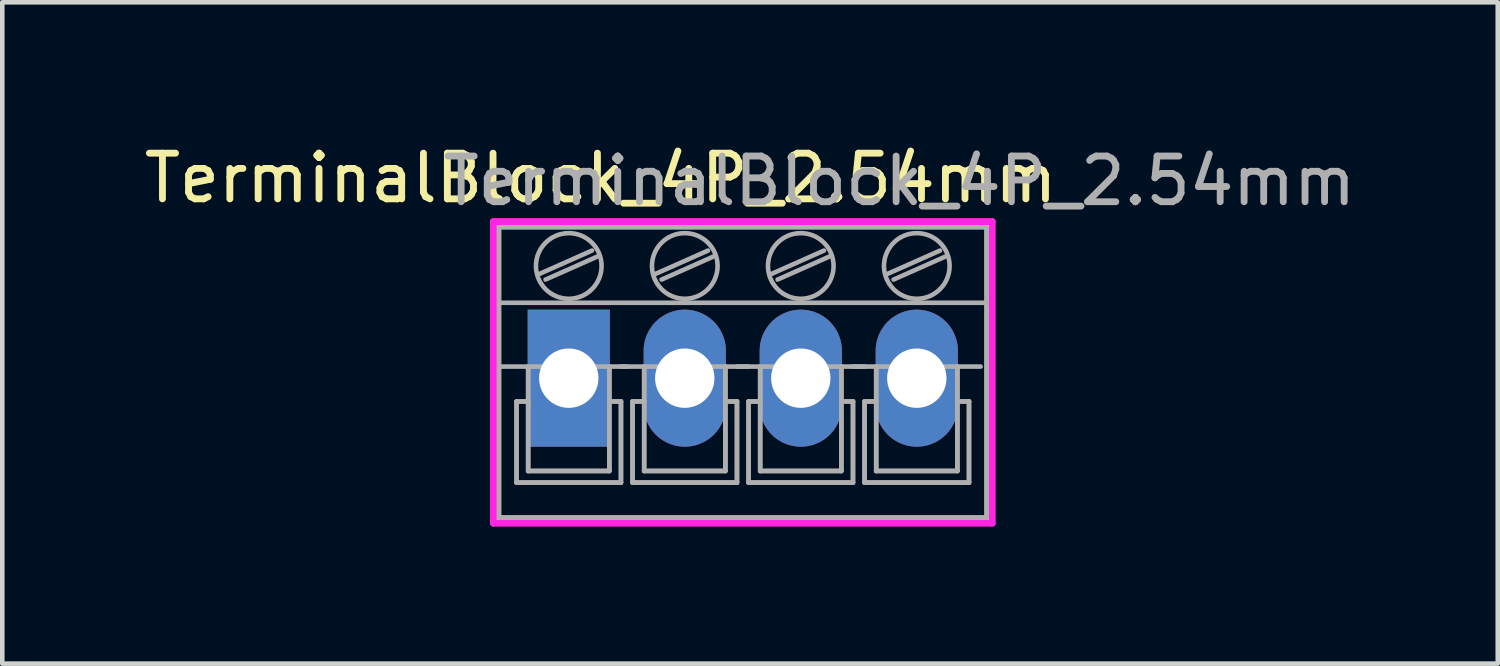
<source format=kicad_pcb>
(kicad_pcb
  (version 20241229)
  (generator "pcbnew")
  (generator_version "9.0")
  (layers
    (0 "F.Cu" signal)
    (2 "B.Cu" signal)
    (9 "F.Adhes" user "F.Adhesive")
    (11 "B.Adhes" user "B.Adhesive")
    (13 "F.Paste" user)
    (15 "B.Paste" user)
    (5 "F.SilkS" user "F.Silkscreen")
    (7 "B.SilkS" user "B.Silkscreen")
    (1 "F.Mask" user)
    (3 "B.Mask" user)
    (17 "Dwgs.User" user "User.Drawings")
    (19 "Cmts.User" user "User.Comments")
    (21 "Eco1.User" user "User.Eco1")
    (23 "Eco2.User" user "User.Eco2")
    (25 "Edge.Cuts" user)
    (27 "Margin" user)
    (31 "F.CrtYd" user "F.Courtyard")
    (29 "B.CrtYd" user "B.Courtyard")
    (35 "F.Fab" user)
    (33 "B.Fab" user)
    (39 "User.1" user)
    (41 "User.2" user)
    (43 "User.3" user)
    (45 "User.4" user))
  (footprint "TerminalBlock_4P_2.54mm"
    (layer "F.Cu")
    (at 9.403 5.23)
    (property "Reference" "TerminalBlock_4P_2.54mm" (at 0.699 -4.381 0) (layer "F.SilkS") (effects (font (size 1 1) (thickness 0.15))))
    (attr through_hole)
    (fp_line (start -1.587 -3.365) (end -1.587 3.111) (stroke (width 0.15) (type solid)) (layer "F.SilkS"))
    (fp_line (start -1.587 3.111) (end 9.207 3.111) (stroke (width 0.15) (type solid)) (layer "F.SilkS"))
    (fp_line (start 9.207 -3.365) (end -1.587 -3.365) (stroke (width 0.15) (type solid)) (layer "F.SilkS"))
    (fp_line (start 9.207 3.111) (end 9.207 -3.365) (stroke (width 0.15) (type solid)) (layer "F.SilkS"))
    (fp_line (start -1.651 -3.429) (end -1.651 3.175) (stroke (width 0.15) (type solid)) (layer "F.CrtYd"))
    (fp_line (start -1.651 3.175) (end 9.271 3.175) (stroke (width 0.15) (type solid)) (layer "F.CrtYd"))
    (fp_line (start 9.271 -3.429) (end -1.651 -3.429) (stroke (width 0.15) (type solid)) (layer "F.CrtYd"))
    (fp_line (start 9.271 3.175) (end 9.271 -3.429) (stroke (width 0.15) (type solid)) (layer "F.CrtYd"))
    (fp_line (start -1.524 -3.302) (end -1.524 3.048) (stroke (width 0.1) (type solid)) (layer "F.Fab"))
    (fp_line (start -1.524 -1.651) (end 9.144 -1.651) (stroke (width 0.1) (type solid)) (layer "F.Fab"))
    (fp_line (start -1.524 -0.254) (end 1.27 -0.254) (stroke (width 0.1) (type solid)) (layer "F.Fab"))
    (fp_line (start -1.524 3.048) (end 9.144 3.048) (stroke (width 0.1) (type solid)) (layer "F.Fab"))
    (fp_line (start -1.143 0.508) (end -1.143 2.286) (stroke (width 0.1) (type solid)) (layer "F.Fab"))
    (fp_line (start -1.143 0.508) (end -1.143 2.286) (stroke (width 0.1) (type solid)) (layer "F.Fab"))
    (fp_line (start -1.143 0.51) (end -0.889 0.51) (stroke (width 0.1) (type solid)) (layer "F.Fab"))
    (fp_line (start -1.143 0.51) (end -0.889 0.51) (stroke (width 0.1) (type solid)) (layer "F.Fab"))
    (fp_line (start -1.143 2.286) (end 1.143 2.286) (stroke (width 0.1) (type solid)) (layer "F.Fab"))
    (fp_line (start -1.143 2.286) (end 1.143 2.286) (stroke (width 0.1) (type solid)) (layer "F.Fab"))
    (fp_line (start -0.889 -0.254) (end -0.889 2.032) (stroke (width 0.1) (type solid)) (layer "F.Fab"))
    (fp_line (start -0.889 -0.254) (end -0.889 2.032) (stroke (width 0.1) (type solid)) (layer "F.Fab"))
    (fp_line (start -0.889 2.032) (end 0.889 2.032) (stroke (width 0.1) (type solid)) (layer "F.Fab"))
    (fp_line (start -0.889 2.032) (end 0.889 2.032) (stroke (width 0.1) (type solid)) (layer "F.Fab"))
    (fp_line (start -0.635 -2.286) (end 0.508 -2.794) (stroke (width 0.1) (type solid)) (layer "F.Fab"))
    (fp_line (start 0.635 -2.667) (end -0.508 -2.159) (stroke (width 0.1) (type solid)) (layer "F.Fab"))
    (fp_line (start 0.889 -0.254) (end 0.889 2.032) (stroke (width 0.1) (type solid)) (layer "F.Fab"))
    (fp_line (start 0.889 -0.254) (end 0.889 2.032) (stroke (width 0.1) (type solid)) (layer "F.Fab"))
    (fp_line (start 1.143 -0.254) (end 3.937 -0.254) (stroke (width 0.1) (type solid)) (layer "F.Fab"))
    (fp_line (start 1.143 0.508) (end 1.143 2.286) (stroke (width 0.1) (type solid)) (layer "F.Fab"))
    (fp_line (start 1.143 0.508) (end 1.143 2.286) (stroke (width 0.1) (type solid)) (layer "F.Fab"))
    (fp_line (start 1.143 0.51) (end 0.889 0.51) (stroke (width 0.1) (type solid)) (layer "F.Fab"))
    (fp_line (start 1.143 0.51) (end 0.889 0.51) (stroke (width 0.1) (type solid)) (layer "F.Fab"))
    (fp_line (start 1.397 0.508) (end 1.397 2.286) (stroke (width 0.1) (type solid)) (layer "F.Fab"))
    (fp_line (start 1.397 0.508) (end 1.397 2.286) (stroke (width 0.1) (type solid)) (layer "F.Fab"))
    (fp_line (start 1.397 0.51) (end 1.651 0.51) (stroke (width 0.1) (type solid)) (layer "F.Fab"))
    (fp_line (start 1.397 0.51) (end 1.651 0.51) (stroke (width 0.1) (type solid)) (layer "F.Fab"))
    (fp_line (start 1.397 2.286) (end 3.683 2.286) (stroke (width 0.1) (type solid)) (layer "F.Fab"))
    (fp_line (start 1.397 2.286) (end 3.683 2.286) (stroke (width 0.1) (type solid)) (layer "F.Fab"))
    (fp_line (start 1.651 -0.254) (end 1.651 2.032) (stroke (width 0.1) (type solid)) (layer "F.Fab"))
    (fp_line (start 1.651 -0.254) (end 1.651 2.032) (stroke (width 0.1) (type solid)) (layer "F.Fab"))
    (fp_line (start 1.651 2.032) (end 3.429 2.032) (stroke (width 0.1) (type solid)) (layer "F.Fab"))
    (fp_line (start 1.651 2.032) (end 3.429 2.032) (stroke (width 0.1) (type solid)) (layer "F.Fab"))
    (fp_line (start 1.905 -2.286) (end 3.048 -2.794) (stroke (width 0.1) (type solid)) (layer "F.Fab"))
    (fp_line (start 3.175 -2.667) (end 2.032 -2.159) (stroke (width 0.1) (type solid)) (layer "F.Fab"))
    (fp_line (start 3.429 -0.254) (end 3.429 2.032) (stroke (width 0.1) (type solid)) (layer "F.Fab"))
    (fp_line (start 3.429 -0.254) (end 3.429 2.032) (stroke (width 0.1) (type solid)) (layer "F.Fab"))
    (fp_line (start 3.683 -0.254) (end 6.477 -0.254) (stroke (width 0.1) (type solid)) (layer "F.Fab"))
    (fp_line (start 3.683 0.508) (end 3.683 2.286) (stroke (width 0.1) (type solid)) (layer "F.Fab"))
    (fp_line (start 3.683 0.508) (end 3.683 2.286) (stroke (width 0.1) (type solid)) (layer "F.Fab"))
    (fp_line (start 3.683 0.51) (end 3.429 0.51) (stroke (width 0.1) (type solid)) (layer "F.Fab"))
    (fp_line (start 3.683 0.51) (end 3.429 0.51) (stroke (width 0.1) (type solid)) (layer "F.Fab"))
    (fp_line (start 3.937 0.508) (end 3.937 2.286) (stroke (width 0.1) (type solid)) (layer "F.Fab"))
    (fp_line (start 3.937 0.508) (end 3.937 2.286) (stroke (width 0.1) (type solid)) (layer "F.Fab"))
    (fp_line (start 3.937 0.51) (end 4.191 0.51) (stroke (width 0.1) (type solid)) (layer "F.Fab"))
    (fp_line (start 3.937 0.51) (end 4.191 0.51) (stroke (width 0.1) (type solid)) (layer "F.Fab"))
    (fp_line (start 3.937 2.286) (end 6.223 2.286) (stroke (width 0.1) (type solid)) (layer "F.Fab"))
    (fp_line (start 3.937 2.286) (end 6.223 2.286) (stroke (width 0.1) (type solid)) (layer "F.Fab"))
    (fp_line (start 4.191 -0.254) (end 4.191 2.032) (stroke (width 0.1) (type solid)) (layer "F.Fab"))
    (fp_line (start 4.191 -0.254) (end 4.191 2.032) (stroke (width 0.1) (type solid)) (layer "F.Fab"))
    (fp_line (start 4.191 2.032) (end 5.969 2.032) (stroke (width 0.1) (type solid)) (layer "F.Fab"))
    (fp_line (start 4.191 2.032) (end 5.969 2.032) (stroke (width 0.1) (type solid)) (layer "F.Fab"))
    (fp_line (start 4.445 -2.286) (end 5.588 -2.794) (stroke (width 0.1) (type solid)) (layer "F.Fab"))
    (fp_line (start 5.715 -2.667) (end 4.572 -2.159) (stroke (width 0.1) (type solid)) (layer "F.Fab"))
    (fp_line (start 5.969 -0.254) (end 5.969 2.032) (stroke (width 0.1) (type solid)) (layer "F.Fab"))
    (fp_line (start 5.969 -0.254) (end 5.969 2.032) (stroke (width 0.1) (type solid)) (layer "F.Fab"))
    (fp_line (start 6.223 -0.254) (end 9.017 -0.254) (stroke (width 0.1) (type solid)) (layer "F.Fab"))
    (fp_line (start 6.223 0.508) (end 6.223 2.286) (stroke (width 0.1) (type solid)) (layer "F.Fab"))
    (fp_line (start 6.223 0.508) (end 6.223 2.286) (stroke (width 0.1) (type solid)) (layer "F.Fab"))
    (fp_line (start 6.223 0.51) (end 5.969 0.51) (stroke (width 0.1) (type solid)) (layer "F.Fab"))
    (fp_line (start 6.223 0.51) (end 5.969 0.51) (stroke (width 0.1) (type solid)) (layer "F.Fab"))
    (fp_line (start 6.477 0.508) (end 6.477 2.286) (stroke (width 0.1) (type solid)) (layer "F.Fab"))
    (fp_line (start 6.477 0.508) (end 6.477 2.286) (stroke (width 0.1) (type solid)) (layer "F.Fab"))
    (fp_line (start 6.477 0.51) (end 6.731 0.51) (stroke (width 0.1) (type solid)) (layer "F.Fab"))
    (fp_line (start 6.477 0.51) (end 6.731 0.51) (stroke (width 0.1) (type solid)) (layer "F.Fab"))
    (fp_line (start 6.477 2.286) (end 8.763 2.286) (stroke (width 0.1) (type solid)) (layer "F.Fab"))
    (fp_line (start 6.477 2.286) (end 8.763 2.286) (stroke (width 0.1) (type solid)) (layer "F.Fab"))
    (fp_line (start 6.731 -0.254) (end 6.731 2.032) (stroke (width 0.1) (type solid)) (layer "F.Fab"))
    (fp_line (start 6.731 -0.254) (end 6.731 2.032) (stroke (width 0.1) (type solid)) (layer "F.Fab"))
    (fp_line (start 6.731 2.032) (end 8.509 2.032) (stroke (width 0.1) (type solid)) (layer "F.Fab"))
    (fp_line (start 6.731 2.032) (end 8.509 2.032) (stroke (width 0.1) (type solid)) (layer "F.Fab"))
    (fp_line (start 6.985 -2.286) (end 8.128 -2.794) (stroke (width 0.1) (type solid)) (layer "F.Fab"))
    (fp_line (start 8.255 -2.667) (end 7.112 -2.159) (stroke (width 0.1) (type solid)) (layer "F.Fab"))
    (fp_line (start 8.509 -0.254) (end 8.509 2.032) (stroke (width 0.1) (type solid)) (layer "F.Fab"))
    (fp_line (start 8.509 -0.254) (end 8.509 2.032) (stroke (width 0.1) (type solid)) (layer "F.Fab"))
    (fp_line (start 8.763 0.508) (end 8.763 2.286) (stroke (width 0.1) (type solid)) (layer "F.Fab"))
    (fp_line (start 8.763 0.508) (end 8.763 2.286) (stroke (width 0.1) (type solid)) (layer "F.Fab"))
    (fp_line (start 8.763 0.51) (end 8.509 0.51) (stroke (width 0.1) (type solid)) (layer "F.Fab"))
    (fp_line (start 8.763 0.51) (end 8.509 0.51) (stroke (width 0.1) (type solid)) (layer "F.Fab"))
    (fp_line (start 9.144 -3.302) (end -1.524 -3.302) (stroke (width 0.1) (type solid)) (layer "F.Fab"))
    (fp_line (start 9.144 3.048) (end 9.144 -3.302) (stroke (width 0.1) (type solid)) (layer "F.Fab"))
    (fp_circle (center 0 -2.457) (end -0.508 -2.965) (stroke (width 0.1) (type solid)) (fill no) (layer "F.Fab"))
    (fp_circle (center 2.54 -2.457) (end 2.032 -2.965) (stroke (width 0.1) (type solid)) (fill no) (layer "F.Fab"))
    (fp_circle (center 5.08 -2.457) (end 4.572 -2.965) (stroke (width 0.1) (type solid)) (fill no) (layer "F.Fab"))
    (fp_circle (center 7.62 -2.457) (end 7.112 -2.965) (stroke (width 0.1) (type solid)) (fill no) (layer "F.Fab"))
    (fp_text user "${REFERENCE}" (at 7.239 -4.318 0) (layer "F.Fab") (effects (font (size 1 1) (thickness 0.15))))
    (pad "1" thru_hole rect (at 0 0) (size 1.8 3) (drill 1.3) (layers "*.Cu" "*.Mask"))
    (pad "2" thru_hole oval (at 2.54 0) (size 1.8 3) (drill 1.3) (layers "*.Cu" "*.Mask"))
    (pad "3" thru_hole oval (at 5.08 0) (size 1.8 3) (drill 1.3) (layers "*.Cu" "*.Mask"))
    (pad "4" thru_hole oval (at 7.62 0) (size 1.8 3) (drill 1.3) (layers "*.Cu" "*.Mask")))
  (gr_rect
    (start -3 -3)
    (end 29.743 11.48)
    (stroke (width 0.1) (type default))
    (fill no)
    (layer "Edge.Cuts")))
</source>
